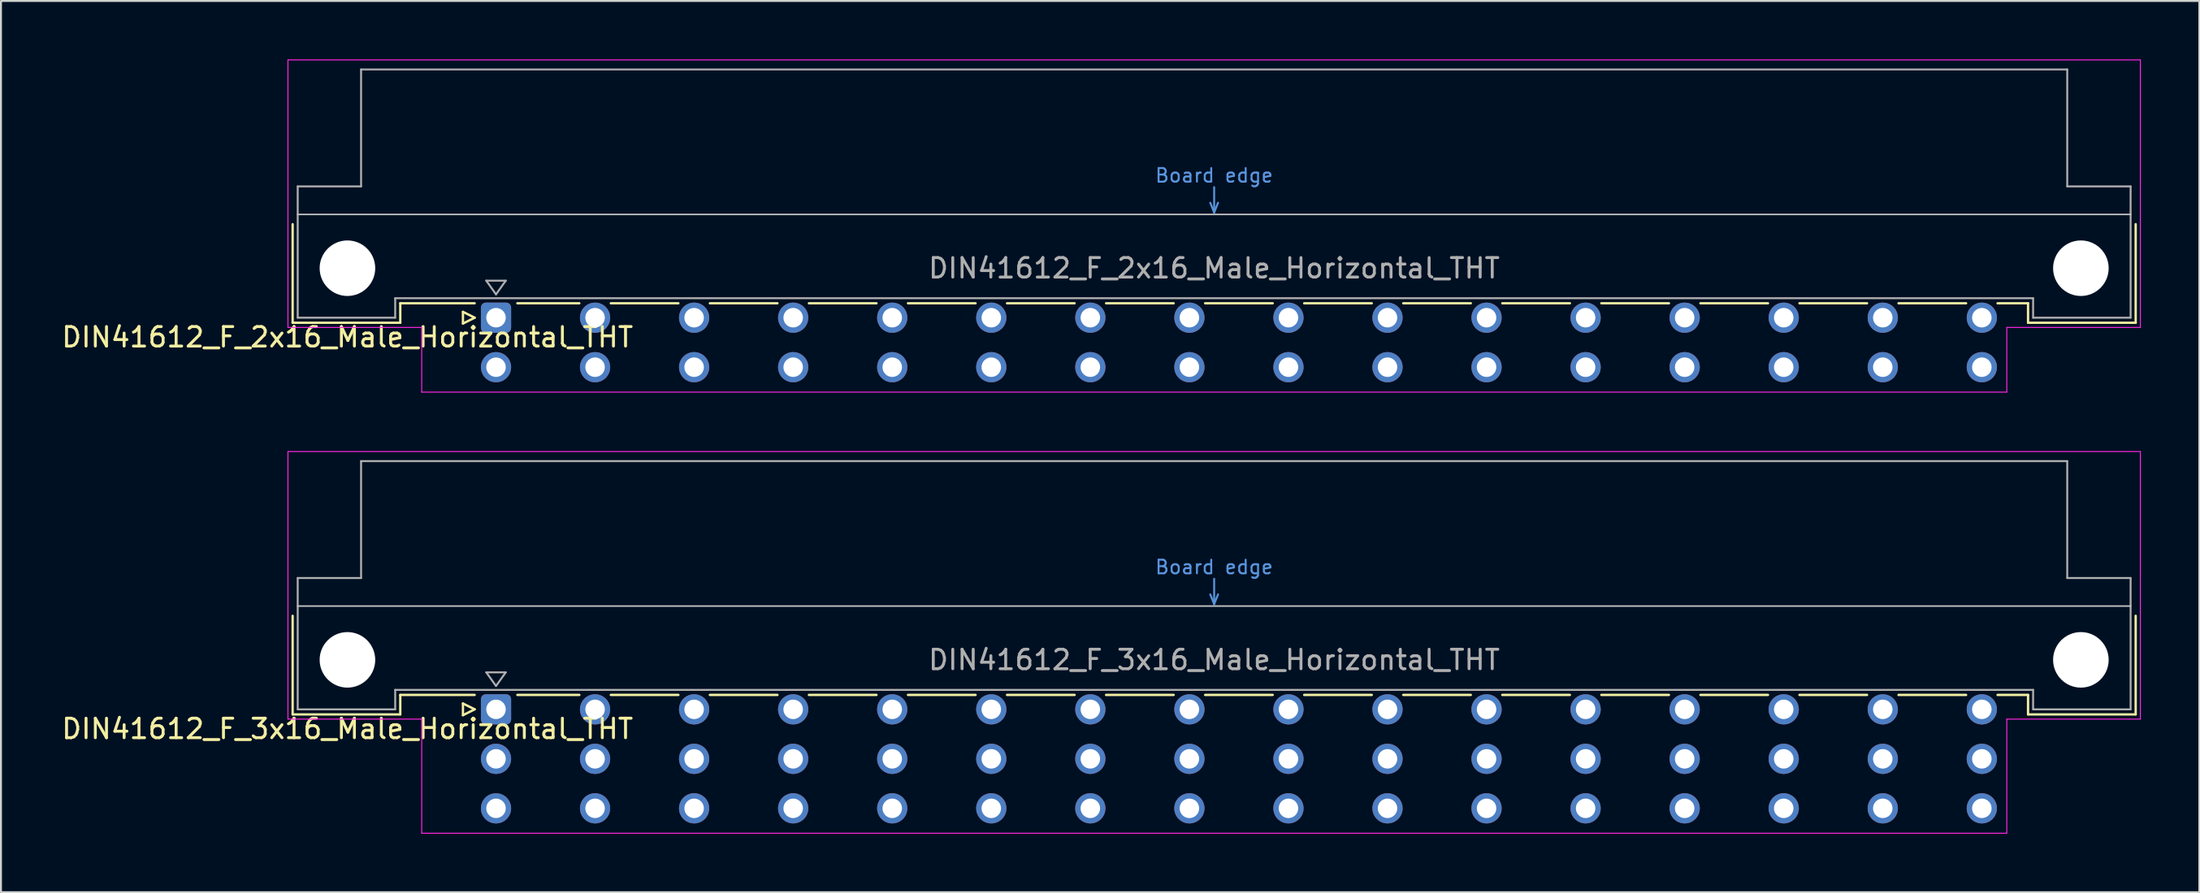
<source format=kicad_pcb>
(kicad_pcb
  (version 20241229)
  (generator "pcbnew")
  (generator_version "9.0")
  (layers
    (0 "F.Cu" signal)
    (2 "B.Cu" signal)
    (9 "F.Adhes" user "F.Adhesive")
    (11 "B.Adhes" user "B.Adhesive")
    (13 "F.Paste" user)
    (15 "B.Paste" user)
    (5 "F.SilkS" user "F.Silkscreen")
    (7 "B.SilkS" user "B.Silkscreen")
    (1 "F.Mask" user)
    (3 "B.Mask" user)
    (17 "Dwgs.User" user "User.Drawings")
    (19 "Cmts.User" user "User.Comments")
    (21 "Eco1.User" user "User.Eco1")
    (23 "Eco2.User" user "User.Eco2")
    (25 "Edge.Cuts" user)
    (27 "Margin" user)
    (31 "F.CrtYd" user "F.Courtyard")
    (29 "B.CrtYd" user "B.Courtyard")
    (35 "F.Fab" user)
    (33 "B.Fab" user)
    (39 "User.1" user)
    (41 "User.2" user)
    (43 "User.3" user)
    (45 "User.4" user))
  (footprint "DIN41612_F_2x16_Male_Horizontal_THT"
    (layer "F.Cu")
    (at 19.848 13.255)
    (property "Reference" "DIN41612_F_2x16_Male_Horizontal_THT" (at -5.08 1 0) (layer "F.SilkS") (effects (font (size 1 1) (thickness 0.15))))
    (attr through_hole)
    (fp_line (start -7.89 -4.8) (end -7.89 0.26) (stroke (width 0.12) (type solid)) (layer "F.SilkS"))
    (fp_line (start -7.89 0.26) (end -2.37 0.26) (stroke (width 0.12) (type solid)) (layer "F.SilkS"))
    (fp_line (start -2.37 -0.74) (end 1.445 -0.74) (stroke (width 0.12) (type solid)) (layer "F.SilkS"))
    (fp_line (start -2.37 0.26) (end -2.37 -0.74) (stroke (width 0.12) (type solid)) (layer "F.SilkS"))
    (fp_line (start 0.845 -0.3) (end 0.845 0.3) (stroke (width 0.12) (type solid)) (layer "F.SilkS"))
    (fp_line (start 0.845 0.3) (end 1.445 0) (stroke (width 0.12) (type solid)) (layer "F.SilkS"))
    (fp_line (start 1.445 0) (end 0.845 -0.3) (stroke (width 0.12) (type solid)) (layer "F.SilkS"))
    (fp_line (start 3.635 -0.74) (end 6.813 -0.74) (stroke (width 0.12) (type solid)) (layer "F.SilkS"))
    (fp_line (start 8.427 -0.74) (end 11.893 -0.74) (stroke (width 0.12) (type solid)) (layer "F.SilkS"))
    (fp_line (start 13.507 -0.74) (end 16.973 -0.74) (stroke (width 0.12) (type solid)) (layer "F.SilkS"))
    (fp_line (start 18.587 -0.74) (end 22.053 -0.74) (stroke (width 0.12) (type solid)) (layer "F.SilkS"))
    (fp_line (start 23.667 -0.74) (end 27.133 -0.74) (stroke (width 0.12) (type solid)) (layer "F.SilkS"))
    (fp_line (start 28.747 -0.74) (end 32.213 -0.74) (stroke (width 0.12) (type solid)) (layer "F.SilkS"))
    (fp_line (start 33.827 -0.74) (end 37.293 -0.74) (stroke (width 0.12) (type solid)) (layer "F.SilkS"))
    (fp_line (start 38.907 -0.74) (end 42.373 -0.74) (stroke (width 0.12) (type solid)) (layer "F.SilkS"))
    (fp_line (start 43.987 -0.74) (end 47.453 -0.74) (stroke (width 0.12) (type solid)) (layer "F.SilkS"))
    (fp_line (start 49.067 -0.74) (end 52.533 -0.74) (stroke (width 0.12) (type solid)) (layer "F.SilkS"))
    (fp_line (start 54.147 -0.74) (end 57.613 -0.74) (stroke (width 0.12) (type solid)) (layer "F.SilkS"))
    (fp_line (start 59.227 -0.74) (end 62.693 -0.74) (stroke (width 0.12) (type solid)) (layer "F.SilkS"))
    (fp_line (start 64.307 -0.74) (end 67.773 -0.74) (stroke (width 0.12) (type solid)) (layer "F.SilkS"))
    (fp_line (start 69.387 -0.74) (end 72.853 -0.74) (stroke (width 0.12) (type solid)) (layer "F.SilkS"))
    (fp_line (start 74.467 -0.74) (end 77.933 -0.74) (stroke (width 0.12) (type solid)) (layer "F.SilkS"))
    (fp_line (start 79.547 -0.74) (end 81.11 -0.74) (stroke (width 0.12) (type solid)) (layer "F.SilkS"))
    (fp_line (start 81.11 0.26) (end 81.11 -0.74) (stroke (width 0.12) (type solid)) (layer "F.SilkS"))
    (fp_line (start 86.63 -4.8) (end 86.63 0.26) (stroke (width 0.12) (type solid)) (layer "F.SilkS"))
    (fp_line (start 86.63 0.26) (end 81.11 0.26) (stroke (width 0.12) (type solid)) (layer "F.SilkS"))
    (fp_line (start -7.63 -5.3) (end 86.37 -5.3) (stroke (width 0.08) (type solid)) (layer "Dwgs.User"))
    (fp_line (start 39.17 -5.9) (end 39.37 -5.4) (stroke (width 0.1) (type solid)) (layer "Cmts.User"))
    (fp_line (start 39.37 -5.4) (end 39.37 -6.7) (stroke (width 0.1) (type solid)) (layer "Cmts.User"))
    (fp_line (start 39.37 -5.4) (end 39.57 -5.9) (stroke (width 0.1) (type solid)) (layer "Cmts.User"))
    (fp_line (start -8.13 -13.23) (end -8.13 0.5) (stroke (width 0.05) (type solid)) (layer "F.CrtYd"))
    (fp_line (start -8.13 0.5) (end -1.27 0.5) (stroke (width 0.05) (type solid)) (layer "F.CrtYd"))
    (fp_line (start -1.27 0.5) (end -1.27 3.82) (stroke (width 0.05) (type solid)) (layer "F.CrtYd"))
    (fp_line (start -1.27 3.82) (end 80.02 3.82) (stroke (width 0.05) (type solid)) (layer "F.CrtYd"))
    (fp_line (start 80.02 0.5) (end 86.87 0.5) (stroke (width 0.05) (type solid)) (layer "F.CrtYd"))
    (fp_line (start 80.02 3.82) (end 80.02 0.5) (stroke (width 0.05) (type solid)) (layer "F.CrtYd"))
    (fp_line (start 86.87 -13.23) (end -8.13 -13.23) (stroke (width 0.05) (type solid)) (layer "F.CrtYd"))
    (fp_line (start 86.87 0.5) (end 86.87 -13.23) (stroke (width 0.05) (type solid)) (layer "F.CrtYd"))
    (fp_line (start -7.63 -6.74) (end -7.63 0) (stroke (width 0.1) (type solid)) (layer "F.Fab"))
    (fp_line (start -7.63 0) (end -2.63 0) (stroke (width 0.1) (type solid)) (layer "F.Fab"))
    (fp_line (start -4.38 -12.74) (end -4.38 -6.74) (stroke (width 0.1) (type solid)) (layer "F.Fab"))
    (fp_line (start -4.38 -6.74) (end -7.63 -6.74) (stroke (width 0.1) (type solid)) (layer "F.Fab"))
    (fp_line (start -2.63 -1) (end 81.37 -1) (stroke (width 0.1) (type solid)) (layer "F.Fab"))
    (fp_line (start -2.63 0) (end -2.63 -1) (stroke (width 0.1) (type solid)) (layer "F.Fab"))
    (fp_line (start 2.04 -1.9) (end 3.04 -1.9) (stroke (width 0.1) (type solid)) (layer "F.Fab"))
    (fp_line (start 2.54 -1.2) (end 2.04 -1.9) (stroke (width 0.1) (type solid)) (layer "F.Fab"))
    (fp_line (start 3.04 -1.9) (end 2.54 -1.2) (stroke (width 0.1) (type solid)) (layer "F.Fab"))
    (fp_line (start 81.37 -1) (end 81.37 0) (stroke (width 0.1) (type solid)) (layer "F.Fab"))
    (fp_line (start 81.37 0) (end 86.37 0) (stroke (width 0.1) (type solid)) (layer "F.Fab"))
    (fp_line (start 83.12 -12.74) (end -4.38 -12.74) (stroke (width 0.1) (type solid)) (layer "F.Fab"))
    (fp_line (start 83.12 -6.74) (end 83.12 -12.74) (stroke (width 0.1) (type solid)) (layer "F.Fab"))
    (fp_line (start 86.37 -6.74) (end 83.12 -6.74) (stroke (width 0.1) (type solid)) (layer "F.Fab"))
    (fp_line (start 86.37 0) (end 86.37 -6.74) (stroke (width 0.1) (type solid)) (layer "F.Fab"))
    (fp_text user "Board edge" (at 39.37 -7.3 0) (layer "Cmts.User") (effects (font (size 0.7 0.7) (thickness 0.1))))
    (fp_text user "${REFERENCE}" (at 39.37 -2.54 0) (layer "F.Fab") (effects (font (size 1 1) (thickness 0.15))))
    (pad "" np_thru_hole circle (at -5.08 -2.54) (size 2.85 2.85) (drill 2.85) (layers "*.Cu" "*.Mask"))
    (pad "" np_thru_hole circle (at 83.82 -2.54) (size 2.85 2.85) (drill 2.85) (layers "*.Cu" "*.Mask"))
    (pad "b2" thru_hole circle (at 2.54 2.54) (size 1.55 1.55) (drill 1) (layers "*.Cu" "*.Mask"))
    (pad "b4" thru_hole circle (at 7.62 2.54) (size 1.55 1.55) (drill 1) (layers "*.Cu" "*.Mask"))
    (pad "b6" thru_hole circle (at 12.7 2.54) (size 1.55 1.55) (drill 1) (layers "*.Cu" "*.Mask"))
    (pad "b8" thru_hole circle (at 17.78 2.54) (size 1.55 1.55) (drill 1) (layers "*.Cu" "*.Mask"))
    (pad "b10" thru_hole circle (at 22.86 2.54) (size 1.55 1.55) (drill 1) (layers "*.Cu" "*.Mask"))
    (pad "b12" thru_hole circle (at 27.94 2.54) (size 1.55 1.55) (drill 1) (layers "*.Cu" "*.Mask"))
    (pad "b14" thru_hole circle (at 33.02 2.54) (size 1.55 1.55) (drill 1) (layers "*.Cu" "*.Mask"))
    (pad "b16" thru_hole circle (at 38.1 2.54) (size 1.55 1.55) (drill 1) (layers "*.Cu" "*.Mask"))
    (pad "b18" thru_hole circle (at 43.18 2.54) (size 1.55 1.55) (drill 1) (layers "*.Cu" "*.Mask"))
    (pad "b20" thru_hole circle (at 48.26 2.54) (size 1.55 1.55) (drill 1) (layers "*.Cu" "*.Mask"))
    (pad "b22" thru_hole circle (at 53.34 2.54) (size 1.55 1.55) (drill 1) (layers "*.Cu" "*.Mask"))
    (pad "b24" thru_hole circle (at 58.42 2.54) (size 1.55 1.55) (drill 1) (layers "*.Cu" "*.Mask"))
    (pad "b26" thru_hole circle (at 63.5 2.54) (size 1.55 1.55) (drill 1) (layers "*.Cu" "*.Mask"))
    (pad "b28" thru_hole circle (at 68.58 2.54) (size 1.55 1.55) (drill 1) (layers "*.Cu" "*.Mask"))
    (pad "b30" thru_hole circle (at 73.66 2.54) (size 1.55 1.55) (drill 1) (layers "*.Cu" "*.Mask"))
    (pad "b32" thru_hole circle (at 78.74 2.54) (size 1.55 1.55) (drill 1) (layers "*.Cu" "*.Mask"))
    (pad "z2" thru_hole roundrect (at 2.54 0) (size 1.55 1.55) (drill 1) (layers "*.Cu" "*.Mask") (roundrect_rratio 0.161))
    (pad "z4" thru_hole circle (at 7.62 0) (size 1.55 1.55) (drill 1) (layers "*.Cu" "*.Mask"))
    (pad "z6" thru_hole circle (at 12.7 0) (size 1.55 1.55) (drill 1) (layers "*.Cu" "*.Mask"))
    (pad "z8" thru_hole circle (at 17.78 0) (size 1.55 1.55) (drill 1) (layers "*.Cu" "*.Mask"))
    (pad "z10" thru_hole circle (at 22.86 0) (size 1.55 1.55) (drill 1) (layers "*.Cu" "*.Mask"))
    (pad "z12" thru_hole circle (at 27.94 0) (size 1.55 1.55) (drill 1) (layers "*.Cu" "*.Mask"))
    (pad "z14" thru_hole circle (at 33.02 0) (size 1.55 1.55) (drill 1) (layers "*.Cu" "*.Mask"))
    (pad "z16" thru_hole circle (at 38.1 0) (size 1.55 1.55) (drill 1) (layers "*.Cu" "*.Mask"))
    (pad "z18" thru_hole circle (at 43.18 0) (size 1.55 1.55) (drill 1) (layers "*.Cu" "*.Mask"))
    (pad "z20" thru_hole circle (at 48.26 0) (size 1.55 1.55) (drill 1) (layers "*.Cu" "*.Mask"))
    (pad "z22" thru_hole circle (at 53.34 0) (size 1.55 1.55) (drill 1) (layers "*.Cu" "*.Mask"))
    (pad "z24" thru_hole circle (at 58.42 0) (size 1.55 1.55) (drill 1) (layers "*.Cu" "*.Mask"))
    (pad "z26" thru_hole circle (at 63.5 0) (size 1.55 1.55) (drill 1) (layers "*.Cu" "*.Mask"))
    (pad "z28" thru_hole circle (at 68.58 0) (size 1.55 1.55) (drill 1) (layers "*.Cu" "*.Mask"))
    (pad "z30" thru_hole circle (at 73.66 0) (size 1.55 1.55) (drill 1) (layers "*.Cu" "*.Mask"))
    (pad "z32" thru_hole circle (at 78.74 0) (size 1.55 1.55) (drill 1) (layers "*.Cu" "*.Mask")))
  (footprint "DIN41612_F_3x16_Male_Horizontal_THT"
    (layer "F.Cu")
    (at 19.848 33.355)
    (property "Reference" "DIN41612_F_3x16_Male_Horizontal_THT" (at -5.08 1 0) (layer "F.SilkS") (effects (font (size 1 1) (thickness 0.15))))
    (attr through_hole)
    (fp_line (start -7.89 -4.8) (end -7.89 0.26) (stroke (width 0.12) (type solid)) (layer "F.SilkS"))
    (fp_line (start -7.89 0.26) (end -2.37 0.26) (stroke (width 0.12) (type solid)) (layer "F.SilkS"))
    (fp_line (start -2.37 -0.74) (end 1.445 -0.74) (stroke (width 0.12) (type solid)) (layer "F.SilkS"))
    (fp_line (start -2.37 0.26) (end -2.37 -0.74) (stroke (width 0.12) (type solid)) (layer "F.SilkS"))
    (fp_line (start 0.845 -0.3) (end 0.845 0.3) (stroke (width 0.12) (type solid)) (layer "F.SilkS"))
    (fp_line (start 0.845 0.3) (end 1.445 0) (stroke (width 0.12) (type solid)) (layer "F.SilkS"))
    (fp_line (start 1.445 0) (end 0.845 -0.3) (stroke (width 0.12) (type solid)) (layer "F.SilkS"))
    (fp_line (start 3.635 -0.74) (end 6.813 -0.74) (stroke (width 0.12) (type solid)) (layer "F.SilkS"))
    (fp_line (start 8.427 -0.74) (end 11.893 -0.74) (stroke (width 0.12) (type solid)) (layer "F.SilkS"))
    (fp_line (start 13.507 -0.74) (end 16.973 -0.74) (stroke (width 0.12) (type solid)) (layer "F.SilkS"))
    (fp_line (start 18.587 -0.74) (end 22.053 -0.74) (stroke (width 0.12) (type solid)) (layer "F.SilkS"))
    (fp_line (start 23.667 -0.74) (end 27.133 -0.74) (stroke (width 0.12) (type solid)) (layer "F.SilkS"))
    (fp_line (start 28.747 -0.74) (end 32.213 -0.74) (stroke (width 0.12) (type solid)) (layer "F.SilkS"))
    (fp_line (start 33.827 -0.74) (end 37.293 -0.74) (stroke (width 0.12) (type solid)) (layer "F.SilkS"))
    (fp_line (start 38.907 -0.74) (end 42.373 -0.74) (stroke (width 0.12) (type solid)) (layer "F.SilkS"))
    (fp_line (start 43.987 -0.74) (end 47.453 -0.74) (stroke (width 0.12) (type solid)) (layer "F.SilkS"))
    (fp_line (start 49.067 -0.74) (end 52.533 -0.74) (stroke (width 0.12) (type solid)) (layer "F.SilkS"))
    (fp_line (start 54.147 -0.74) (end 57.613 -0.74) (stroke (width 0.12) (type solid)) (layer "F.SilkS"))
    (fp_line (start 59.227 -0.74) (end 62.693 -0.74) (stroke (width 0.12) (type solid)) (layer "F.SilkS"))
    (fp_line (start 64.307 -0.74) (end 67.773 -0.74) (stroke (width 0.12) (type solid)) (layer "F.SilkS"))
    (fp_line (start 69.387 -0.74) (end 72.853 -0.74) (stroke (width 0.12) (type solid)) (layer "F.SilkS"))
    (fp_line (start 74.467 -0.74) (end 77.933 -0.74) (stroke (width 0.12) (type solid)) (layer "F.SilkS"))
    (fp_line (start 79.547 -0.74) (end 81.11 -0.74) (stroke (width 0.12) (type solid)) (layer "F.SilkS"))
    (fp_line (start 81.11 0.26) (end 81.11 -0.74) (stroke (width 0.12) (type solid)) (layer "F.SilkS"))
    (fp_line (start 86.63 -4.8) (end 86.63 0.26) (stroke (width 0.12) (type solid)) (layer "F.SilkS"))
    (fp_line (start 86.63 0.26) (end 81.11 0.26) (stroke (width 0.12) (type solid)) (layer "F.SilkS"))
    (fp_line (start -7.63 -5.3) (end 86.37 -5.3) (stroke (width 0.08) (type solid)) (layer "Dwgs.User"))
    (fp_line (start 39.17 -5.9) (end 39.37 -5.4) (stroke (width 0.1) (type solid)) (layer "Cmts.User"))
    (fp_line (start 39.37 -5.4) (end 39.37 -6.7) (stroke (width 0.1) (type solid)) (layer "Cmts.User"))
    (fp_line (start 39.37 -5.4) (end 39.57 -5.9) (stroke (width 0.1) (type solid)) (layer "Cmts.User"))
    (fp_line (start -8.13 -13.23) (end -8.13 0.5) (stroke (width 0.05) (type solid)) (layer "F.CrtYd"))
    (fp_line (start -8.13 0.5) (end -1.27 0.5) (stroke (width 0.05) (type solid)) (layer "F.CrtYd"))
    (fp_line (start -1.27 0.5) (end -1.27 6.36) (stroke (width 0.05) (type solid)) (layer "F.CrtYd"))
    (fp_line (start -1.27 6.36) (end 80.02 6.36) (stroke (width 0.05) (type solid)) (layer "F.CrtYd"))
    (fp_line (start 80.02 0.5) (end 86.87 0.5) (stroke (width 0.05) (type solid)) (layer "F.CrtYd"))
    (fp_line (start 80.02 6.36) (end 80.02 0.5) (stroke (width 0.05) (type solid)) (layer "F.CrtYd"))
    (fp_line (start 86.87 -13.23) (end -8.13 -13.23) (stroke (width 0.05) (type solid)) (layer "F.CrtYd"))
    (fp_line (start 86.87 0.5) (end 86.87 -13.23) (stroke (width 0.05) (type solid)) (layer "F.CrtYd"))
    (fp_line (start -7.63 -6.74) (end -7.63 0) (stroke (width 0.1) (type solid)) (layer "F.Fab"))
    (fp_line (start -7.63 0) (end -2.63 0) (stroke (width 0.1) (type solid)) (layer "F.Fab"))
    (fp_line (start -4.38 -12.74) (end -4.38 -6.74) (stroke (width 0.1) (type solid)) (layer "F.Fab"))
    (fp_line (start -4.38 -6.74) (end -7.63 -6.74) (stroke (width 0.1) (type solid)) (layer "F.Fab"))
    (fp_line (start -2.63 -1) (end 81.37 -1) (stroke (width 0.1) (type solid)) (layer "F.Fab"))
    (fp_line (start -2.63 0) (end -2.63 -1) (stroke (width 0.1) (type solid)) (layer "F.Fab"))
    (fp_line (start 2.04 -1.9) (end 3.04 -1.9) (stroke (width 0.1) (type solid)) (layer "F.Fab"))
    (fp_line (start 2.54 -1.2) (end 2.04 -1.9) (stroke (width 0.1) (type solid)) (layer "F.Fab"))
    (fp_line (start 3.04 -1.9) (end 2.54 -1.2) (stroke (width 0.1) (type solid)) (layer "F.Fab"))
    (fp_line (start 81.37 -1) (end 81.37 0) (stroke (width 0.1) (type solid)) (layer "F.Fab"))
    (fp_line (start 81.37 0) (end 86.37 0) (stroke (width 0.1) (type solid)) (layer "F.Fab"))
    (fp_line (start 83.12 -12.74) (end -4.38 -12.74) (stroke (width 0.1) (type solid)) (layer "F.Fab"))
    (fp_line (start 83.12 -6.74) (end 83.12 -12.74) (stroke (width 0.1) (type solid)) (layer "F.Fab"))
    (fp_line (start 86.37 -6.74) (end 83.12 -6.74) (stroke (width 0.1) (type solid)) (layer "F.Fab"))
    (fp_line (start 86.37 0) (end 86.37 -6.74) (stroke (width 0.1) (type solid)) (layer "F.Fab"))
    (fp_text user "Board edge" (at 39.37 -7.3 0) (layer "Cmts.User") (effects (font (size 0.7 0.7) (thickness 0.1))))
    (fp_text user "${REFERENCE}" (at 39.37 -2.54 0) (layer "F.Fab") (effects (font (size 1 1) (thickness 0.15))))
    (pad "" np_thru_hole circle (at -5.08 -2.54) (size 2.85 2.85) (drill 2.85) (layers "*.Cu" "*.Mask"))
    (pad "" np_thru_hole circle (at 83.82 -2.54) (size 2.85 2.85) (drill 2.85) (layers "*.Cu" "*.Mask"))
    (pad "b2" thru_hole circle (at 2.54 2.54) (size 1.55 1.55) (drill 1) (layers "*.Cu" "*.Mask"))
    (pad "b4" thru_hole circle (at 7.62 2.54) (size 1.55 1.55) (drill 1) (layers "*.Cu" "*.Mask"))
    (pad "b6" thru_hole circle (at 12.7 2.54) (size 1.55 1.55) (drill 1) (layers "*.Cu" "*.Mask"))
    (pad "b8" thru_hole circle (at 17.78 2.54) (size 1.55 1.55) (drill 1) (layers "*.Cu" "*.Mask"))
    (pad "b10" thru_hole circle (at 22.86 2.54) (size 1.55 1.55) (drill 1) (layers "*.Cu" "*.Mask"))
    (pad "b12" thru_hole circle (at 27.94 2.54) (size 1.55 1.55) (drill 1) (layers "*.Cu" "*.Mask"))
    (pad "b14" thru_hole circle (at 33.02 2.54) (size 1.55 1.55) (drill 1) (layers "*.Cu" "*.Mask"))
    (pad "b16" thru_hole circle (at 38.1 2.54) (size 1.55 1.55) (drill 1) (layers "*.Cu" "*.Mask"))
    (pad "b18" thru_hole circle (at 43.18 2.54) (size 1.55 1.55) (drill 1) (layers "*.Cu" "*.Mask"))
    (pad "b20" thru_hole circle (at 48.26 2.54) (size 1.55 1.55) (drill 1) (layers "*.Cu" "*.Mask"))
    (pad "b22" thru_hole circle (at 53.34 2.54) (size 1.55 1.55) (drill 1) (layers "*.Cu" "*.Mask"))
    (pad "b24" thru_hole circle (at 58.42 2.54) (size 1.55 1.55) (drill 1) (layers "*.Cu" "*.Mask"))
    (pad "b26" thru_hole circle (at 63.5 2.54) (size 1.55 1.55) (drill 1) (layers "*.Cu" "*.Mask"))
    (pad "b28" thru_hole circle (at 68.58 2.54) (size 1.55 1.55) (drill 1) (layers "*.Cu" "*.Mask"))
    (pad "b30" thru_hole circle (at 73.66 2.54) (size 1.55 1.55) (drill 1) (layers "*.Cu" "*.Mask"))
    (pad "b32" thru_hole circle (at 78.74 2.54) (size 1.55 1.55) (drill 1) (layers "*.Cu" "*.Mask"))
    (pad "d2" thru_hole circle (at 2.54 5.08) (size 1.55 1.55) (drill 1) (layers "*.Cu" "*.Mask"))
    (pad "d4" thru_hole circle (at 7.62 5.08) (size 1.55 1.55) (drill 1) (layers "*.Cu" "*.Mask"))
    (pad "d6" thru_hole circle (at 12.7 5.08) (size 1.55 1.55) (drill 1) (layers "*.Cu" "*.Mask"))
    (pad "d8" thru_hole circle (at 17.78 5.08) (size 1.55 1.55) (drill 1) (layers "*.Cu" "*.Mask"))
    (pad "d10" thru_hole circle (at 22.86 5.08) (size 1.55 1.55) (drill 1) (layers "*.Cu" "*.Mask"))
    (pad "d12" thru_hole circle (at 27.94 5.08) (size 1.55 1.55) (drill 1) (layers "*.Cu" "*.Mask"))
    (pad "d14" thru_hole circle (at 33.02 5.08) (size 1.55 1.55) (drill 1) (layers "*.Cu" "*.Mask"))
    (pad "d16" thru_hole circle (at 38.1 5.08) (size 1.55 1.55) (drill 1) (layers "*.Cu" "*.Mask"))
    (pad "d18" thru_hole circle (at 43.18 5.08) (size 1.55 1.55) (drill 1) (layers "*.Cu" "*.Mask"))
    (pad "d20" thru_hole circle (at 48.26 5.08) (size 1.55 1.55) (drill 1) (layers "*.Cu" "*.Mask"))
    (pad "d22" thru_hole circle (at 53.34 5.08) (size 1.55 1.55) (drill 1) (layers "*.Cu" "*.Mask"))
    (pad "d24" thru_hole circle (at 58.42 5.08) (size 1.55 1.55) (drill 1) (layers "*.Cu" "*.Mask"))
    (pad "d26" thru_hole circle (at 63.5 5.08) (size 1.55 1.55) (drill 1) (layers "*.Cu" "*.Mask"))
    (pad "d28" thru_hole circle (at 68.58 5.08) (size 1.55 1.55) (drill 1) (layers "*.Cu" "*.Mask"))
    (pad "d30" thru_hole circle (at 73.66 5.08) (size 1.55 1.55) (drill 1) (layers "*.Cu" "*.Mask"))
    (pad "d32" thru_hole circle (at 78.74 5.08) (size 1.55 1.55) (drill 1) (layers "*.Cu" "*.Mask"))
    (pad "z2" thru_hole roundrect (at 2.54 0) (size 1.55 1.55) (drill 1) (layers "*.Cu" "*.Mask") (roundrect_rratio 0.161))
    (pad "z4" thru_hole circle (at 7.62 0) (size 1.55 1.55) (drill 1) (layers "*.Cu" "*.Mask"))
    (pad "z6" thru_hole circle (at 12.7 0) (size 1.55 1.55) (drill 1) (layers "*.Cu" "*.Mask"))
    (pad "z8" thru_hole circle (at 17.78 0) (size 1.55 1.55) (drill 1) (layers "*.Cu" "*.Mask"))
    (pad "z10" thru_hole circle (at 22.86 0) (size 1.55 1.55) (drill 1) (layers "*.Cu" "*.Mask"))
    (pad "z12" thru_hole circle (at 27.94 0) (size 1.55 1.55) (drill 1) (layers "*.Cu" "*.Mask"))
    (pad "z14" thru_hole circle (at 33.02 0) (size 1.55 1.55) (drill 1) (layers "*.Cu" "*.Mask"))
    (pad "z16" thru_hole circle (at 38.1 0) (size 1.55 1.55) (drill 1) (layers "*.Cu" "*.Mask"))
    (pad "z18" thru_hole circle (at 43.18 0) (size 1.55 1.55) (drill 1) (layers "*.Cu" "*.Mask"))
    (pad "z20" thru_hole circle (at 48.26 0) (size 1.55 1.55) (drill 1) (layers "*.Cu" "*.Mask"))
    (pad "z22" thru_hole circle (at 53.34 0) (size 1.55 1.55) (drill 1) (layers "*.Cu" "*.Mask"))
    (pad "z24" thru_hole circle (at 58.42 0) (size 1.55 1.55) (drill 1) (layers "*.Cu" "*.Mask"))
    (pad "z26" thru_hole circle (at 63.5 0) (size 1.55 1.55) (drill 1) (layers "*.Cu" "*.Mask"))
    (pad "z28" thru_hole circle (at 68.58 0) (size 1.55 1.55) (drill 1) (layers "*.Cu" "*.Mask"))
    (pad "z30" thru_hole circle (at 73.66 0) (size 1.55 1.55) (drill 1) (layers "*.Cu" "*.Mask"))
    (pad "z32" thru_hole circle (at 78.74 0) (size 1.55 1.55) (drill 1) (layers "*.Cu" "*.Mask")))
  (gr_rect
    (start -3 -3)
    (end 109.743 42.74)
    (stroke (width 0.1) (type default))
    (fill no)
    (layer "Edge.Cuts")))
</source>
